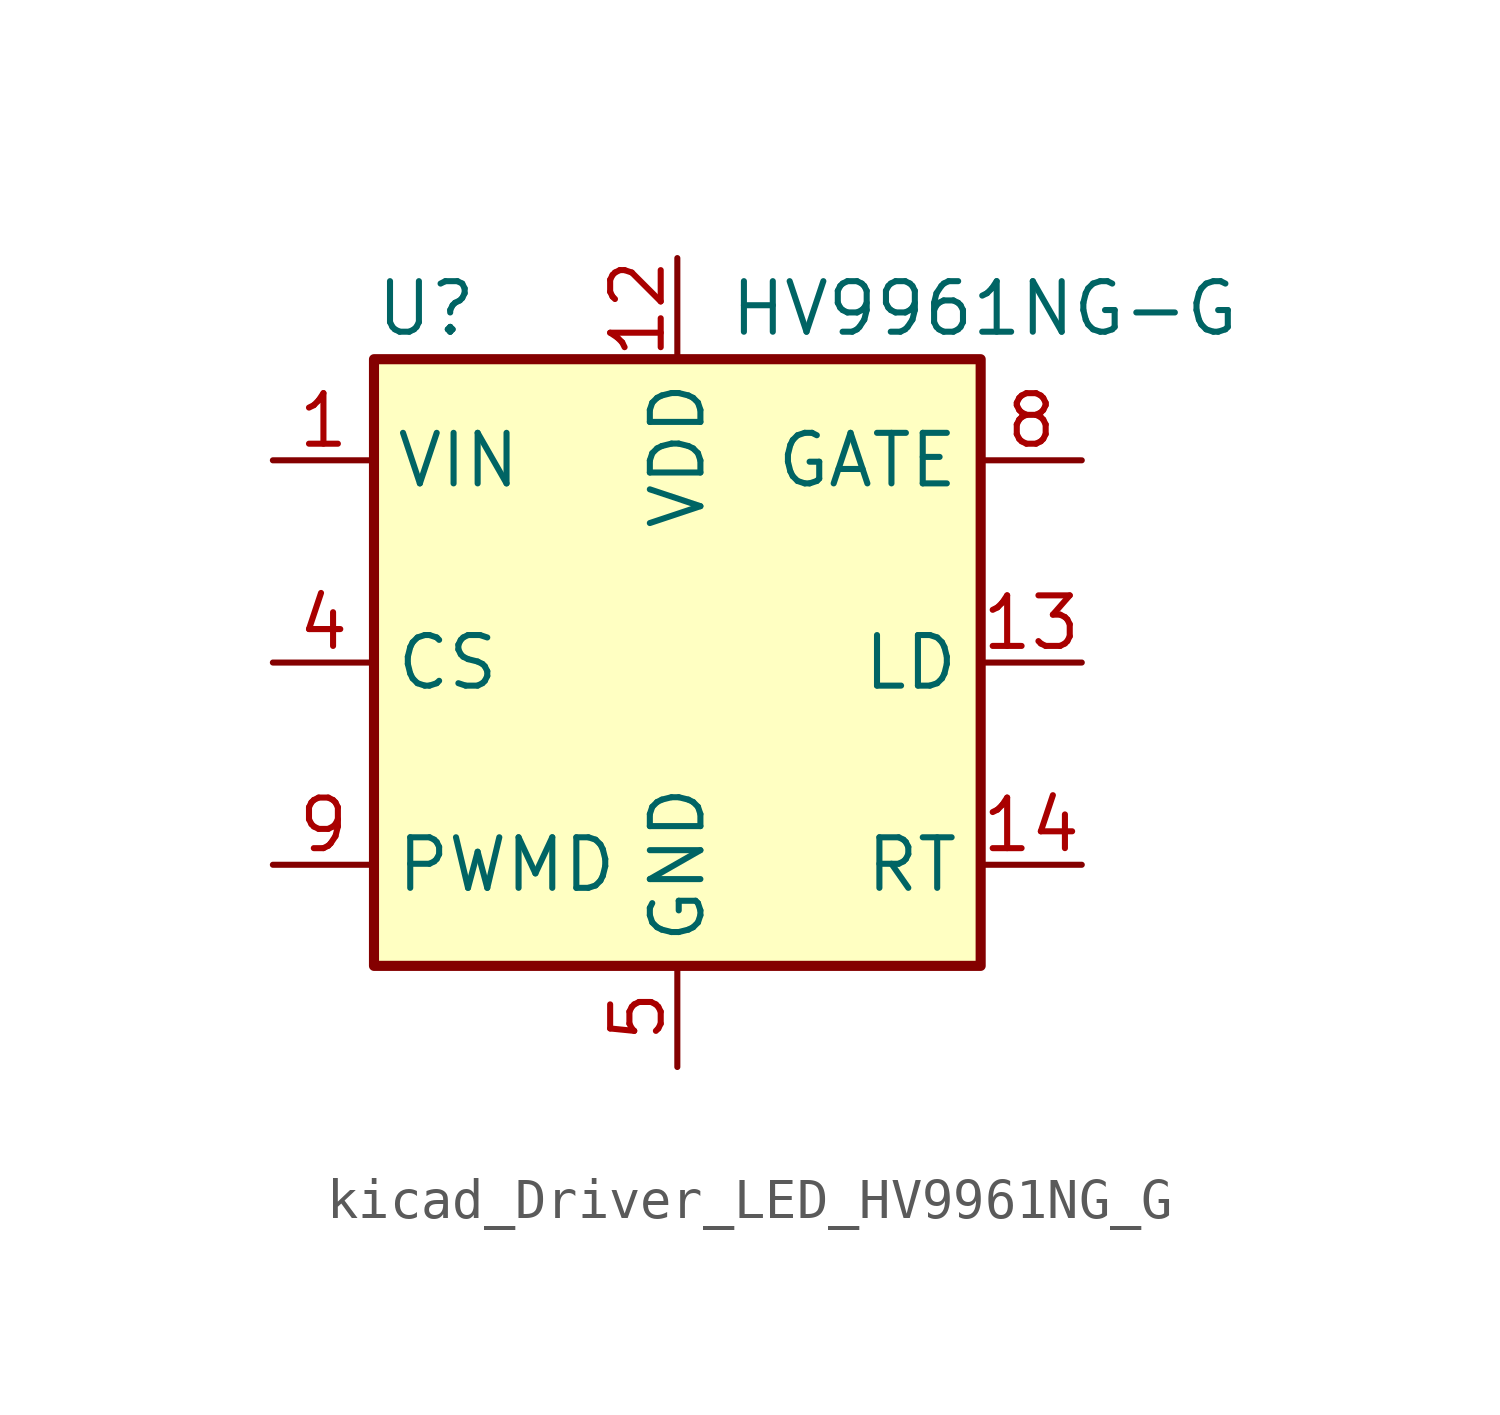
<source format=kicad_sym>
(kicad_symbol_lib
  (version 20220914)
  (generator kicad_symbol_editor)
  (symbol "kicad_Driver_LED_HV9961NG_G"
    (property "Reference" "U"
      (at -7.62 8.89 0)
      (effects (font (size 1.27 1.27)) (justify left)))
    (property "Value" "HV9961NG-G"
      (at 1.27 8.89 0)
      (effects (font (size 1.27 1.27)) (justify left)))
    (symbol "kicad_Driver_LED_HV9961NG_G_0_1"
      (rectangle (start -7.62 7.62) (end 7.62 -7.62) (stroke (width 0.254) (type default)) (fill (type background))))
    (symbol "kicad_Driver_LED_HV9961NG_G_1_1"
      (pin power_in line (at -10.16 5.08 0) (length 2.54) (name "VIN" (effects (font (size 1.27 1.27)))) (number "1" (effects (font (size 1.27 1.27)))))
      (pin no_connect line (at 7.62 -2.54 180) (length 2.54) hide (name "NC" (effects (font (size 1.27 1.27)))) (number "10" (effects (font (size 1.27 1.27)))))
      (pin no_connect line (at 7.62 0 180) (length 2.54) hide (name "NC" (effects (font (size 1.27 1.27)))) (number "11" (effects (font (size 1.27 1.27)))))
      (pin power_out line (at 0 10.16 270) (length 2.54) (name "VDD" (effects (font (size 1.27 1.27)))) (number "12" (effects (font (size 1.27 1.27)))))
      (pin input line (at 10.16 0 180) (length 2.54) (name "LD" (effects (font (size 1.27 1.27)))) (number "13" (effects (font (size 1.27 1.27)))))
      (pin input line (at 10.16 -5.08 180) (length 2.54) (name "RT" (effects (font (size 1.27 1.27)))) (number "14" (effects (font (size 1.27 1.27)))))
      (pin no_connect line (at 7.62 2.54 180) (length 2.54) hide (name "NC" (effects (font (size 1.27 1.27)))) (number "15" (effects (font (size 1.27 1.27)))))
      (pin no_connect line (at 7.62 5.08 180) (length 2.54) hide (name "NC" (effects (font (size 1.27 1.27)))) (number "16" (effects (font (size 1.27 1.27)))))
      (pin no_connect line (at -7.62 5.08 0) (length 2.54) hide (name "NC" (effects (font (size 1.27 1.27)))) (number "2" (effects (font (size 1.27 1.27)))))
      (pin no_connect line (at -7.62 2.54 0) (length 2.54) hide (name "NC" (effects (font (size 1.27 1.27)))) (number "3" (effects (font (size 1.27 1.27)))))
      (pin input line (at -10.16 0 0) (length 2.54) (name "CS" (effects (font (size 1.27 1.27)))) (number "4" (effects (font (size 1.27 1.27)))))
      (pin power_in line (at 0 -10.16 90) (length 2.54) (name "GND" (effects (font (size 1.27 1.27)))) (number "5" (effects (font (size 1.27 1.27)))))
      (pin no_connect line (at -7.62 0 0) (length 2.54) hide (name "NC" (effects (font (size 1.27 1.27)))) (number "6" (effects (font (size 1.27 1.27)))))
      (pin no_connect line (at -7.62 -2.54 0) (length 2.54) hide (name "NC" (effects (font (size 1.27 1.27)))) (number "7" (effects (font (size 1.27 1.27)))))
      (pin output line (at 10.16 5.08 180) (length 2.54) (name "GATE" (effects (font (size 1.27 1.27)))) (number "8" (effects (font (size 1.27 1.27)))))
      (pin output line (at -10.16 -5.08 0) (length 2.54) (name "PWMD" (effects (font (size 1.27 1.27)))) (number "9" (effects (font (size 1.27 1.27))))))))
</source>
